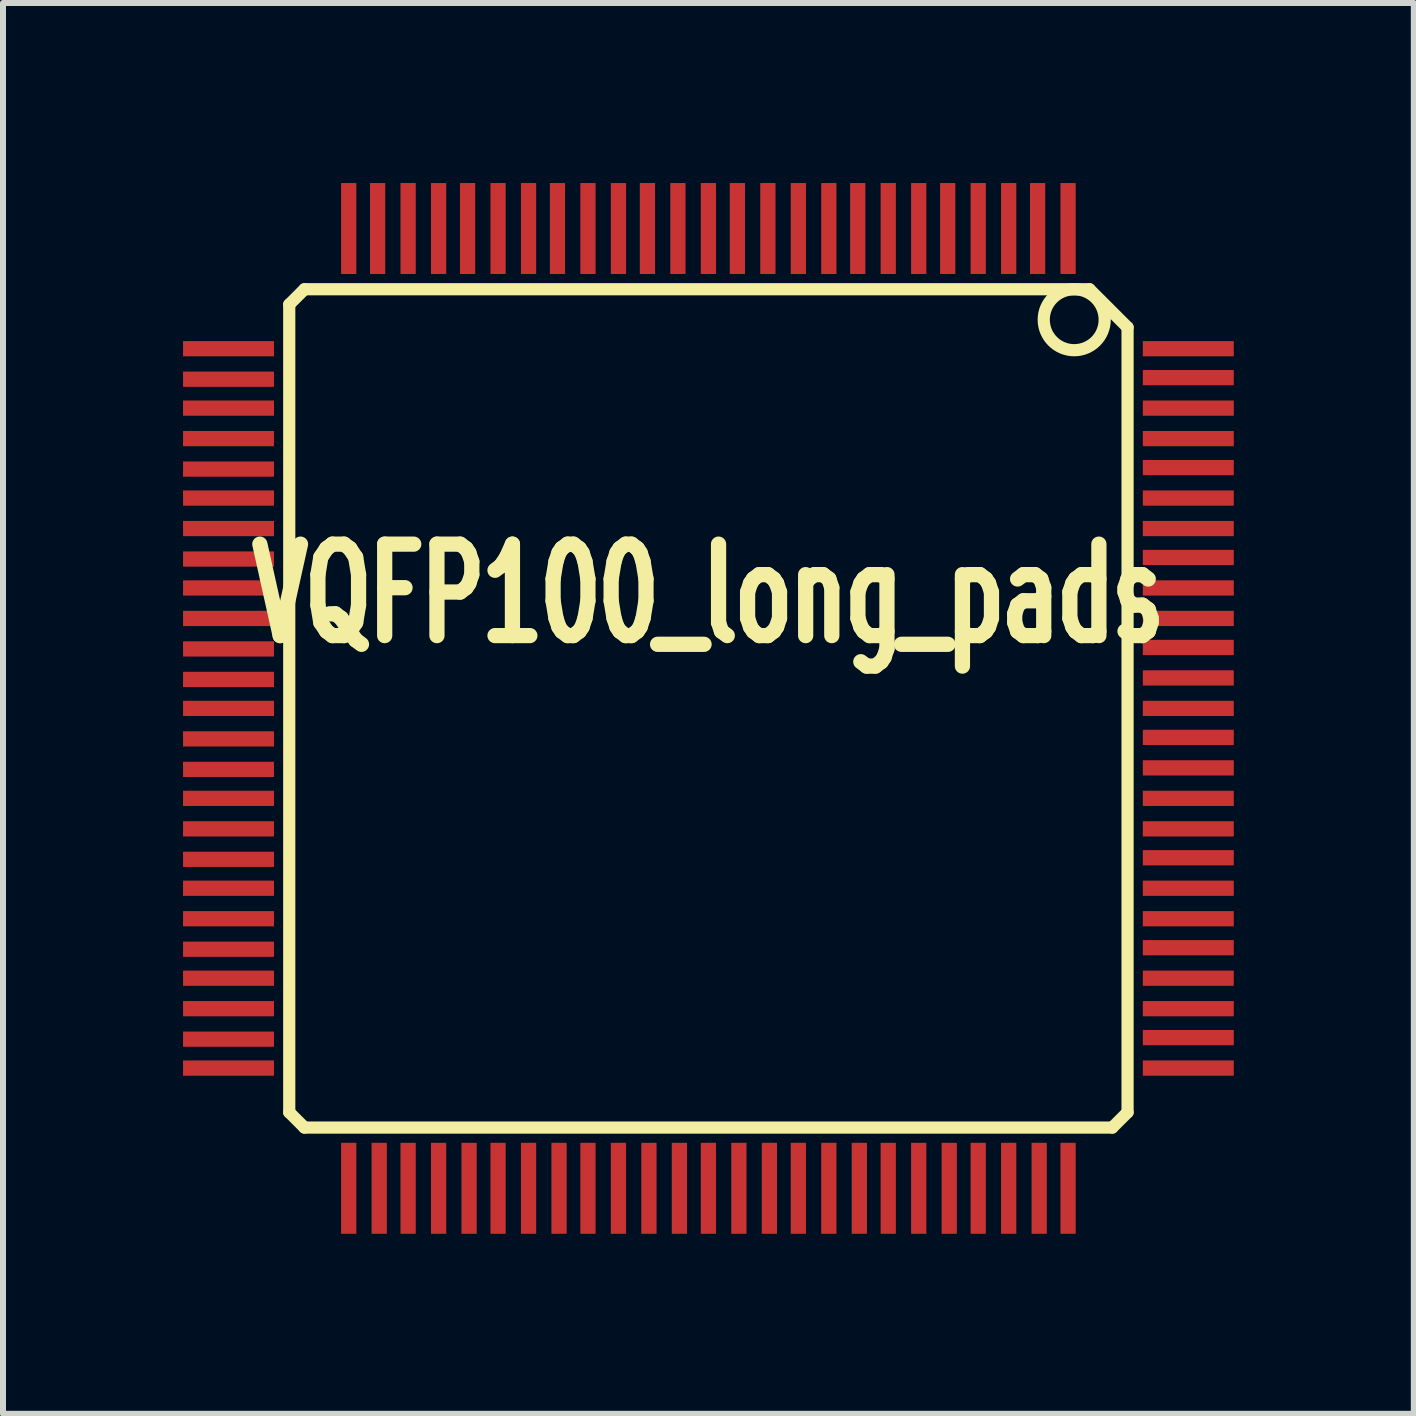
<source format=kicad_pcb>
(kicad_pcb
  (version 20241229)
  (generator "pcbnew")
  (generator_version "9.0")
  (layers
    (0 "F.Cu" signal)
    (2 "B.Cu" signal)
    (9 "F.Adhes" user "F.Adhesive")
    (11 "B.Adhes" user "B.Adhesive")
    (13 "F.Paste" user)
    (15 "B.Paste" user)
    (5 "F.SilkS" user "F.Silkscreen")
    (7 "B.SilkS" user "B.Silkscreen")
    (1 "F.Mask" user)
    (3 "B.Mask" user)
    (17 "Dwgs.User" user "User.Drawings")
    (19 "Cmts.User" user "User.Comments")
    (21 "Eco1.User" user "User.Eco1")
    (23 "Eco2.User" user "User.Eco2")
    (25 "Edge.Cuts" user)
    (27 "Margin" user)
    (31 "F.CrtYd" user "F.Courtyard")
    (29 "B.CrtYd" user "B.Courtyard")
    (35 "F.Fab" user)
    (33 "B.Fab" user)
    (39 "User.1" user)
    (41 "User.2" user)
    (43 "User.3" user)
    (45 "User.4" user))
  (footprint "VQFP100_long_pads"
    (layer "F.Cu")
    (at 8.755 8.755)
    (property "Reference" "VQFP100_long_pads" (at 0 -1.905 0) (layer "F.SilkS") (effects (font (size 1.524 1.016) (thickness 0.305))))
    (attr smd)
    (fp_line (start -6.985 -6.731) (end -6.985 6.731) (stroke (width 0.203) (type solid)) (layer "F.SilkS"))
    (fp_line (start -6.985 -6.731) (end -6.731 -6.985) (stroke (width 0.203) (type solid)) (layer "F.SilkS"))
    (fp_line (start -6.985 6.731) (end -6.731 6.985) (stroke (width 0.203) (type solid)) (layer "F.SilkS"))
    (fp_line (start -6.731 6.985) (end 6.731 6.985) (stroke (width 0.203) (type solid)) (layer "F.SilkS"))
    (fp_line (start 6.35 -6.985) (end -6.731 -6.985) (stroke (width 0.203) (type solid)) (layer "F.SilkS"))
    (fp_line (start 6.731 6.985) (end 6.985 6.731) (stroke (width 0.203) (type solid)) (layer "F.SilkS"))
    (fp_line (start 6.985 -6.35) (end 6.35 -6.985) (stroke (width 0.203) (type solid)) (layer "F.SilkS"))
    (fp_line (start 6.985 6.731) (end 6.985 -6.35) (stroke (width 0.203) (type solid)) (layer "F.SilkS"))
    (fp_circle (center 6.096 -6.477) (end 6.096 -6.985) (stroke (width 0.203) (type solid)) (fill no) (layer "F.SilkS"))
    (pad "1" smd rect (at 5.994 -7.747) (size 0.254 1.516) (drill (offset 0 -0.25)) (layers "F.Cu" "F.Mask" "F.Paste"))
    (pad "2" smd rect (at 5.486 -7.747) (size 0.254 1.516) (drill (offset 0 -0.25)) (layers "F.Cu" "F.Mask" "F.Paste"))
    (pad "3" smd rect (at 5.004 -7.747) (size 0.254 1.516) (drill (offset 0 -0.25)) (layers "F.Cu" "F.Mask" "F.Paste"))
    (pad "4" smd rect (at 4.496 -7.747) (size 0.254 1.516) (drill (offset 0 -0.25)) (layers "F.Cu" "F.Mask" "F.Paste"))
    (pad "5" smd rect (at 3.988 -7.747) (size 0.254 1.516) (drill (offset 0 -0.25)) (layers "F.Cu" "F.Mask" "F.Paste"))
    (pad "6" smd rect (at 3.505 -7.747) (size 0.254 1.516) (drill (offset 0 -0.25)) (layers "F.Cu" "F.Mask" "F.Paste"))
    (pad "7" smd rect (at 2.997 -7.747) (size 0.254 1.516) (drill (offset 0 -0.25)) (layers "F.Cu" "F.Mask" "F.Paste"))
    (pad "8" smd rect (at 2.489 -7.747) (size 0.254 1.516) (drill (offset 0 -0.25)) (layers "F.Cu" "F.Mask" "F.Paste"))
    (pad "9" smd rect (at 2.007 -7.747) (size 0.254 1.516) (drill (offset 0 -0.25)) (layers "F.Cu" "F.Mask" "F.Paste"))
    (pad "10" smd rect (at 1.499 -7.747) (size 0.254 1.516) (drill (offset 0 -0.25)) (layers "F.Cu" "F.Mask" "F.Paste"))
    (pad "11" smd rect (at 0.991 -7.747) (size 0.254 1.516) (drill (offset 0 -0.25)) (layers "F.Cu" "F.Mask" "F.Paste"))
    (pad "12" smd rect (at 0.483 -7.747) (size 0.254 1.516) (drill (offset 0 -0.25)) (layers "F.Cu" "F.Mask" "F.Paste"))
    (pad "13" smd rect (at 0 -7.747) (size 0.254 1.516) (drill (offset 0 -0.25)) (layers "F.Cu" "F.Mask" "F.Paste"))
    (pad "14" smd rect (at -0.508 -7.747) (size 0.254 1.516) (drill (offset 0 -0.25)) (layers "F.Cu" "F.Mask" "F.Paste"))
    (pad "15" smd rect (at -1.016 -7.747) (size 0.254 1.516) (drill (offset 0 -0.25)) (layers "F.Cu" "F.Mask" "F.Paste"))
    (pad "16" smd rect (at -1.499 -7.747) (size 0.254 1.516) (drill (offset 0 -0.25)) (layers "F.Cu" "F.Mask" "F.Paste"))
    (pad "17" smd rect (at -2.007 -7.747) (size 0.254 1.516) (drill (offset 0 -0.25)) (layers "F.Cu" "F.Mask" "F.Paste"))
    (pad "18" smd rect (at -2.515 -7.747) (size 0.254 1.516) (drill (offset 0 -0.25)) (layers "F.Cu" "F.Mask" "F.Paste"))
    (pad "19" smd rect (at -2.997 -7.747) (size 0.254 1.516) (drill (offset 0 -0.25)) (layers "F.Cu" "F.Mask" "F.Paste"))
    (pad "20" smd rect (at -3.505 -7.747) (size 0.254 1.516) (drill (offset 0 -0.25)) (layers "F.Cu" "F.Mask" "F.Paste"))
    (pad "21" smd rect (at -4.013 -7.747) (size 0.254 1.516) (drill (offset 0 -0.25)) (layers "F.Cu" "F.Mask" "F.Paste"))
    (pad "22" smd rect (at -4.496 -7.747) (size 0.254 1.516) (drill (offset 0 -0.25)) (layers "F.Cu" "F.Mask" "F.Paste"))
    (pad "23" smd rect (at -5.004 -7.747) (size 0.254 1.516) (drill (offset 0 -0.25)) (layers "F.Cu" "F.Mask" "F.Paste"))
    (pad "24" smd rect (at -5.512 -7.747) (size 0.254 1.516) (drill (offset 0 -0.25)) (layers "F.Cu" "F.Mask" "F.Paste"))
    (pad "25" smd rect (at -5.994 -7.747) (size 0.254 1.516) (drill (offset 0 -0.25)) (layers "F.Cu" "F.Mask" "F.Paste"))
    (pad "26" smd rect (at -7.747 -5.994 90) (size 0.254 1.516) (drill (offset 0 -0.25)) (layers "F.Cu" "F.Mask" "F.Paste"))
    (pad "27" smd rect (at -7.747 -5.486 90) (size 0.254 1.516) (drill (offset 0 -0.25)) (layers "F.Cu" "F.Mask" "F.Paste"))
    (pad "28" smd rect (at -7.747 -5.004 90) (size 0.254 1.516) (drill (offset 0 -0.25)) (layers "F.Cu" "F.Mask" "F.Paste"))
    (pad "29" smd rect (at -7.747 -4.496 90) (size 0.254 1.516) (drill (offset 0 -0.25)) (layers "F.Cu" "F.Mask" "F.Paste"))
    (pad "30" smd rect (at -7.747 -3.988 90) (size 0.254 1.516) (drill (offset 0 -0.25)) (layers "F.Cu" "F.Mask" "F.Paste"))
    (pad "31" smd rect (at -7.747 -3.505 90) (size 0.254 1.516) (drill (offset 0 -0.25)) (layers "F.Cu" "F.Mask" "F.Paste"))
    (pad "32" smd rect (at -7.747 -2.997 90) (size 0.254 1.516) (drill (offset 0 -0.25)) (layers "F.Cu" "F.Mask" "F.Paste"))
    (pad "33" smd rect (at -7.747 -2.489 90) (size 0.254 1.516) (drill (offset 0 -0.25)) (layers "F.Cu" "F.Mask" "F.Paste"))
    (pad "34" smd rect (at -7.747 -2.007 90) (size 0.254 1.516) (drill (offset 0 -0.25)) (layers "F.Cu" "F.Mask" "F.Paste"))
    (pad "35" smd rect (at -7.747 -1.499 90) (size 0.254 1.516) (drill (offset 0 -0.25)) (layers "F.Cu" "F.Mask" "F.Paste"))
    (pad "36" smd rect (at -7.747 -0.991 90) (size 0.254 1.516) (drill (offset 0 -0.25)) (layers "F.Cu" "F.Mask" "F.Paste"))
    (pad "37" smd rect (at -7.747 -0.483 90) (size 0.254 1.516) (drill (offset 0 -0.25)) (layers "F.Cu" "F.Mask" "F.Paste"))
    (pad "38" smd rect (at -7.747 0 90) (size 0.254 1.516) (drill (offset 0 -0.25)) (layers "F.Cu" "F.Mask" "F.Paste"))
    (pad "39" smd rect (at -7.747 0.508 90) (size 0.254 1.516) (drill (offset 0 -0.25)) (layers "F.Cu" "F.Mask" "F.Paste"))
    (pad "40" smd rect (at -7.747 1.016 90) (size 0.254 1.516) (drill (offset 0 -0.25)) (layers "F.Cu" "F.Mask" "F.Paste"))
    (pad "41" smd rect (at -7.747 1.499 90) (size 0.254 1.516) (drill (offset 0 -0.25)) (layers "F.Cu" "F.Mask" "F.Paste"))
    (pad "42" smd rect (at -7.747 2.007 90) (size 0.254 1.516) (drill (offset 0 -0.25)) (layers "F.Cu" "F.Mask" "F.Paste"))
    (pad "43" smd rect (at -7.747 2.515 90) (size 0.254 1.516) (drill (offset 0 -0.25)) (layers "F.Cu" "F.Mask" "F.Paste"))
    (pad "44" smd rect (at -7.747 2.997 90) (size 0.254 1.516) (drill (offset 0 -0.25)) (layers "F.Cu" "F.Mask" "F.Paste"))
    (pad "45" smd rect (at -7.747 3.505 90) (size 0.254 1.516) (drill (offset 0 -0.25)) (layers "F.Cu" "F.Mask" "F.Paste"))
    (pad "46" smd rect (at -7.747 4.013 90) (size 0.254 1.516) (drill (offset 0 -0.25)) (layers "F.Cu" "F.Mask" "F.Paste"))
    (pad "47" smd rect (at -7.747 4.496 90) (size 0.254 1.516) (drill (offset 0 -0.25)) (layers "F.Cu" "F.Mask" "F.Paste"))
    (pad "48" smd rect (at -7.747 5.004 90) (size 0.254 1.516) (drill (offset 0 -0.25)) (layers "F.Cu" "F.Mask" "F.Paste"))
    (pad "49" smd rect (at -7.747 5.512 90) (size 0.254 1.516) (drill (offset 0 -0.25)) (layers "F.Cu" "F.Mask" "F.Paste"))
    (pad "50" smd rect (at -7.747 5.994 90) (size 0.254 1.516) (drill (offset 0 -0.25)) (layers "F.Cu" "F.Mask" "F.Paste"))
    (pad "51" smd rect (at -5.994 7.747 180) (size 0.254 1.516) (drill (offset 0 -0.25)) (layers "F.Cu" "F.Mask" "F.Paste"))
    (pad "52" smd rect (at -5.486 7.747 180) (size 0.254 1.516) (drill (offset 0 -0.25)) (layers "F.Cu" "F.Mask" "F.Paste"))
    (pad "53" smd rect (at -5.004 7.747 180) (size 0.254 1.516) (drill (offset 0 -0.25)) (layers "F.Cu" "F.Mask" "F.Paste"))
    (pad "54" smd rect (at -4.496 7.747 180) (size 0.254 1.516) (drill (offset 0 -0.25)) (layers "F.Cu" "F.Mask" "F.Paste"))
    (pad "55" smd rect (at -3.988 7.747 180) (size 0.254 1.516) (drill (offset 0 -0.25)) (layers "F.Cu" "F.Mask" "F.Paste"))
    (pad "56" smd rect (at -3.505 7.747 180) (size 0.254 1.516) (drill (offset 0 -0.25)) (layers "F.Cu" "F.Mask" "F.Paste"))
    (pad "57" smd rect (at -2.997 7.747 180) (size 0.254 1.516) (drill (offset 0 -0.25)) (layers "F.Cu" "F.Mask" "F.Paste"))
    (pad "58" smd rect (at -2.489 7.747 180) (size 0.254 1.516) (drill (offset 0 -0.25)) (layers "F.Cu" "F.Mask" "F.Paste"))
    (pad "59" smd rect (at -2.007 7.747 180) (size 0.254 1.516) (drill (offset 0 -0.25)) (layers "F.Cu" "F.Mask" "F.Paste"))
    (pad "60" smd rect (at -1.499 7.747 180) (size 0.254 1.516) (drill (offset 0 -0.25)) (layers "F.Cu" "F.Mask" "F.Paste"))
    (pad "61" smd rect (at -0.991 7.747 180) (size 0.254 1.516) (drill (offset 0 -0.25)) (layers "F.Cu" "F.Mask" "F.Paste"))
    (pad "62" smd rect (at -0.483 7.747 180) (size 0.254 1.516) (drill (offset 0 -0.25)) (layers "F.Cu" "F.Mask" "F.Paste"))
    (pad "63" smd rect (at 0 7.747 180) (size 0.254 1.516) (drill (offset 0 -0.25)) (layers "F.Cu" "F.Mask" "F.Paste"))
    (pad "64" smd rect (at 0.508 7.747 180) (size 0.254 1.516) (drill (offset 0 -0.25)) (layers "F.Cu" "F.Mask" "F.Paste"))
    (pad "65" smd rect (at 1.016 7.747 180) (size 0.254 1.516) (drill (offset 0 -0.25)) (layers "F.Cu" "F.Mask" "F.Paste"))
    (pad "66" smd rect (at 1.499 7.747 180) (size 0.254 1.516) (drill (offset 0 -0.25)) (layers "F.Cu" "F.Mask" "F.Paste"))
    (pad "67" smd rect (at 2.007 7.747 180) (size 0.254 1.516) (drill (offset 0 -0.25)) (layers "F.Cu" "F.Mask" "F.Paste"))
    (pad "68" smd rect (at 2.515 7.747 180) (size 0.254 1.516) (drill (offset 0 -0.25)) (layers "F.Cu" "F.Mask" "F.Paste"))
    (pad "69" smd rect (at 2.997 7.747 180) (size 0.254 1.516) (drill (offset 0 -0.25)) (layers "F.Cu" "F.Mask" "F.Paste"))
    (pad "70" smd rect (at 3.505 7.747 180) (size 0.254 1.516) (drill (offset 0 -0.25)) (layers "F.Cu" "F.Mask" "F.Paste"))
    (pad "71" smd rect (at 4.013 7.747 180) (size 0.254 1.516) (drill (offset 0 -0.25)) (layers "F.Cu" "F.Mask" "F.Paste"))
    (pad "72" smd rect (at 4.496 7.747 180) (size 0.254 1.516) (drill (offset 0 -0.25)) (layers "F.Cu" "F.Mask" "F.Paste"))
    (pad "73" smd rect (at 5.004 7.747 180) (size 0.254 1.516) (drill (offset 0 -0.25)) (layers "F.Cu" "F.Mask" "F.Paste"))
    (pad "74" smd rect (at 5.512 7.747 180) (size 0.254 1.516) (drill (offset 0 -0.25)) (layers "F.Cu" "F.Mask" "F.Paste"))
    (pad "75" smd rect (at 5.994 7.747 180) (size 0.254 1.516) (drill (offset 0 -0.25)) (layers "F.Cu" "F.Mask" "F.Paste"))
    (pad "76" smd rect (at 7.747 5.994 270) (size 0.254 1.516) (drill (offset 0 -0.25)) (layers "F.Cu" "F.Mask" "F.Paste"))
    (pad "77" smd rect (at 7.747 5.486 270) (size 0.254 1.516) (drill (offset 0 -0.25)) (layers "F.Cu" "F.Mask" "F.Paste"))
    (pad "78" smd rect (at 7.747 5.004 270) (size 0.254 1.516) (drill (offset 0 -0.25)) (layers "F.Cu" "F.Mask" "F.Paste"))
    (pad "79" smd rect (at 7.747 4.496 270) (size 0.254 1.516) (drill (offset 0 -0.25)) (layers "F.Cu" "F.Mask" "F.Paste"))
    (pad "80" smd rect (at 7.747 3.988 270) (size 0.254 1.516) (drill (offset 0 -0.25)) (layers "F.Cu" "F.Mask" "F.Paste"))
    (pad "81" smd rect (at 7.747 3.505 270) (size 0.254 1.516) (drill (offset 0 -0.25)) (layers "F.Cu" "F.Mask" "F.Paste"))
    (pad "82" smd rect (at 7.747 2.997 270) (size 0.254 1.516) (drill (offset 0 -0.25)) (layers "F.Cu" "F.Mask" "F.Paste"))
    (pad "83" smd rect (at 7.747 2.489 270) (size 0.254 1.516) (drill (offset 0 -0.25)) (layers "F.Cu" "F.Mask" "F.Paste"))
    (pad "84" smd rect (at 7.747 2.007 270) (size 0.254 1.516) (drill (offset 0 -0.25)) (layers "F.Cu" "F.Mask" "F.Paste"))
    (pad "85" smd rect (at 7.747 1.499 270) (size 0.254 1.516) (drill (offset 0 -0.25)) (layers "F.Cu" "F.Mask" "F.Paste"))
    (pad "86" smd rect (at 7.747 0.991 270) (size 0.254 1.516) (drill (offset 0 -0.25)) (layers "F.Cu" "F.Mask" "F.Paste"))
    (pad "87" smd rect (at 7.747 0.483 270) (size 0.254 1.516) (drill (offset 0 -0.25)) (layers "F.Cu" "F.Mask" "F.Paste"))
    (pad "88" smd rect (at 7.747 0 270) (size 0.254 1.516) (drill (offset 0 -0.25)) (layers "F.Cu" "F.Mask" "F.Paste"))
    (pad "89" smd rect (at 7.747 -0.508 270) (size 0.254 1.516) (drill (offset 0 -0.25)) (layers "F.Cu" "F.Mask" "F.Paste"))
    (pad "90" smd rect (at 7.747 -1.016 270) (size 0.254 1.516) (drill (offset 0 -0.25)) (layers "F.Cu" "F.Mask" "F.Paste"))
    (pad "91" smd rect (at 7.747 -1.499 270) (size 0.254 1.516) (drill (offset 0 -0.25)) (layers "F.Cu" "F.Mask" "F.Paste"))
    (pad "92" smd rect (at 7.747 -2.007 270) (size 0.254 1.516) (drill (offset 0 -0.25)) (layers "F.Cu" "F.Mask" "F.Paste"))
    (pad "93" smd rect (at 7.747 -2.515 270) (size 0.254 1.516) (drill (offset 0 -0.25)) (layers "F.Cu" "F.Mask" "F.Paste"))
    (pad "94" smd rect (at 7.747 -2.997 270) (size 0.254 1.516) (drill (offset 0 -0.25)) (layers "F.Cu" "F.Mask" "F.Paste"))
    (pad "95" smd rect (at 7.747 -3.505 270) (size 0.254 1.516) (drill (offset 0 -0.25)) (layers "F.Cu" "F.Mask" "F.Paste"))
    (pad "96" smd rect (at 7.747 -4.013 270) (size 0.254 1.516) (drill (offset 0 -0.25)) (layers "F.Cu" "F.Mask" "F.Paste"))
    (pad "97" smd rect (at 7.747 -4.496 270) (size 0.254 1.516) (drill (offset 0 -0.25)) (layers "F.Cu" "F.Mask" "F.Paste"))
    (pad "98" smd rect (at 7.747 -5.004 270) (size 0.254 1.516) (drill (offset 0 -0.25)) (layers "F.Cu" "F.Mask" "F.Paste"))
    (pad "99" smd rect (at 7.747 -5.512 270) (size 0.254 1.516) (drill (offset 0 -0.25)) (layers "F.Cu" "F.Mask" "F.Paste"))
    (pad "100" smd rect (at 7.747 -5.994 270) (size 0.254 1.516) (drill (offset 0 -0.25)) (layers "F.Cu" "F.Mask" "F.Paste")))
  (gr_rect
    (start -3 -3)
    (end 20.51 20.51)
    (stroke (width 0.1) (type default))
    (fill no)
    (layer "Edge.Cuts")))
</source>
